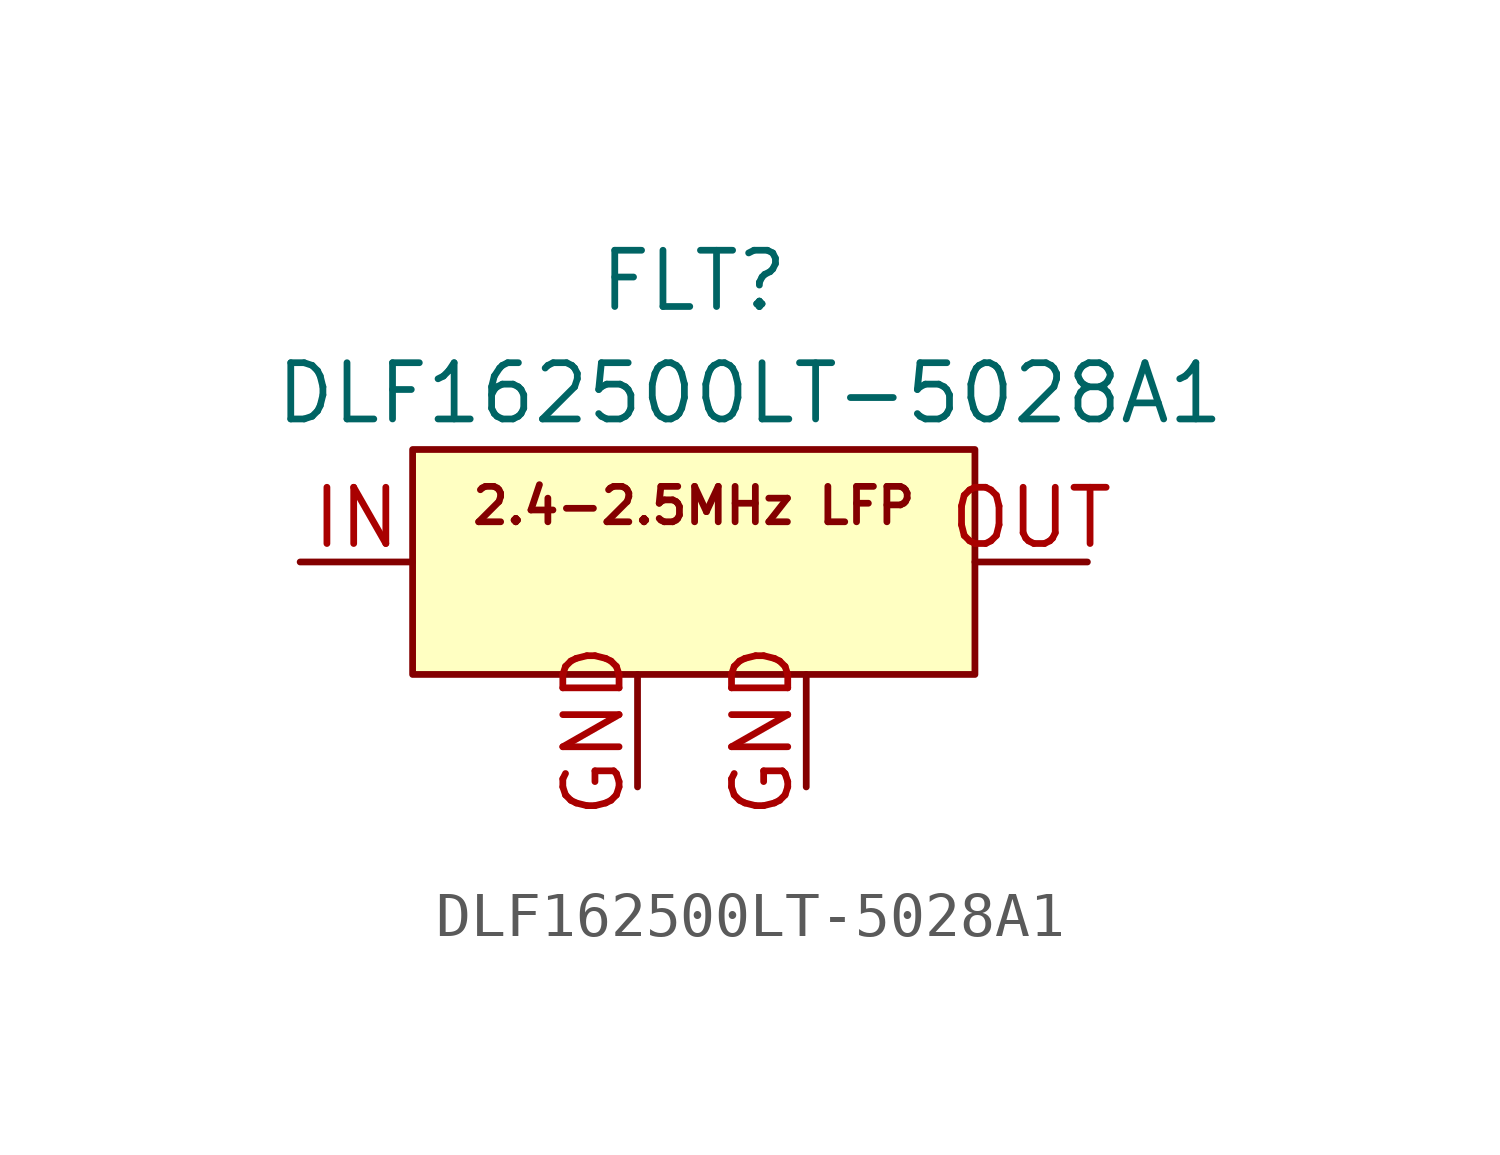
<source format=kicad_sym>
(kicad_symbol_lib
  (version 20220914)
  (generator kicad_symbol_editor)
  (symbol "DLF162500LT-5028A1"
    (property "Reference" "FLT"
      (at -1.27 3.81 0)
      (effects (font (size 1.27 1.27))))
    (property "Value" "DLF162500LT-5028A1"
      (at 0 1.27 0)
      (effects (font (size 1.27 1.27))))
    (symbol "DLF162500LT-5028A1_0_0"
      (pin passive line (at -2.54 -7.62 90) (length 2.54) (name "" (effects (font (size 1.27 1.27)))) (number "GND" (effects (font (size 1.27 1.27)))))
      (pin passive line (at 1.27 -7.62 90) (length 2.54) (name "" (effects (font (size 1.27 1.27)))) (number "GND" (effects (font (size 1.27 1.27)))))
      (pin passive line (at -10.16 -2.54 0) (length 2.54) (name "" (effects (font (size 1.27 1.27)))) (number "IN" (effects (font (size 1.27 1.27))))))
    (symbol "DLF162500LT-5028A1_1_0"
      (pin passive line (at 7.62 -2.54 180) (length 2.54) (name "" (effects (font (size 1.27 1.27)))) (number "OUT" (effects (font (size 1.27 1.27))))))
    (symbol "DLF162500LT-5028A1_1_1"
      (rectangle (start -7.62 0) (end 5.08 -5.08) (stroke (width 0) (type default)) (fill (type background)))
      (text "2.4-2.5MHz LFP\n" (at -1.27 -1.27 0) (effects (font (size 0.8 0.8)))))))
</source>
